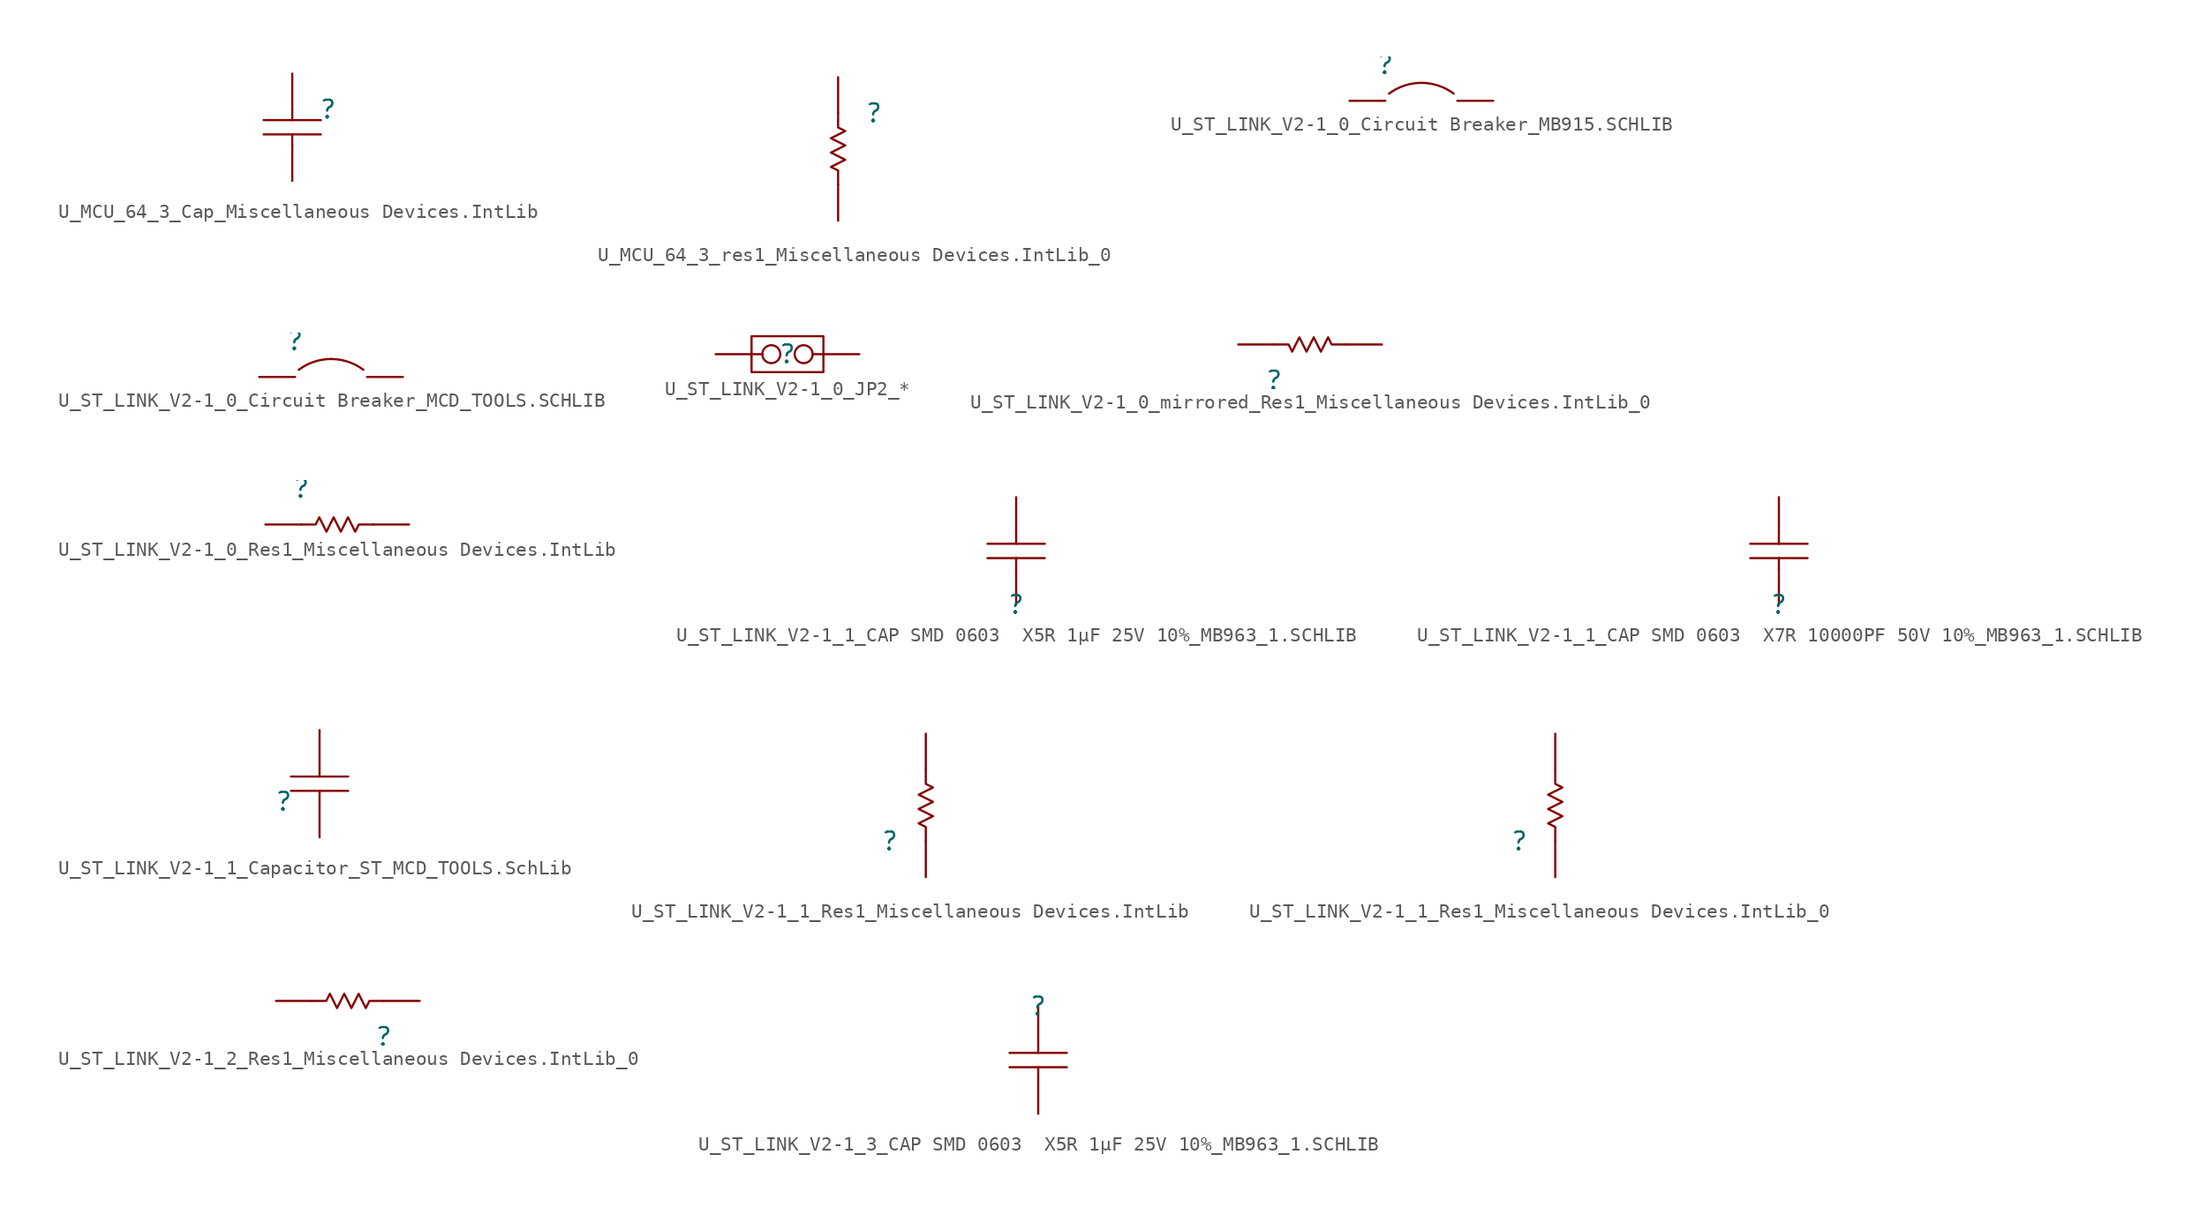
<source format=kicad_sym>
(kicad_symbol_lib
  (version 20241209)
  (generator "kicad_symbol_editor")
  (generator_version "9.0")
  (symbol "U_MCU_64_3_Cap_Miscellaneous Devices.IntLib"
    (pin_numbers
      (hide yes))
    (pin_names
      (hide yes))
    (property "Reference" ""
      (at 0 0 0)
      (effects (font (size 1.27 1.27))))
    (property "Value" ""
      (at 0 0 0)
      (effects (font (size 1.27 1.27))))
    (symbol "U_MCU_64_3_Cap_Miscellaneous Devices.IntLib_1_0"
      (polyline (pts (xy -4.572 -0.762) (xy -0.508 -0.762)) (stroke (width 0) (type solid)) (fill (type none)))
      (polyline (pts (xy -2.54 0) (xy -2.54 -0.762)) (stroke (width 0) (type solid)) (fill (type none)))
      (polyline (pts (xy -2.54 -2.54) (xy -2.54 -1.778)) (stroke (width 0) (type solid)) (fill (type none)))
      (polyline (pts (xy -0.508 -1.778) (xy -4.572 -1.778)) (stroke (width 0) (type solid)) (fill (type none)))
      (pin passive line (at -2.54 2.54 270) (length 2.54) (name "1" (effects (font (size 1.27 1.27)))) (number "1" (effects (font (size 1.27 1.27)))))
      (pin passive line (at -2.54 -5.08 90) (length 2.54) (name "2" (effects (font (size 1.27 1.27)))) (number "2" (effects (font (size 1.27 1.27)))))))
  (symbol "U_MCU_64_3_res1_Miscellaneous Devices.IntLib_0"
    (pin_numbers
      (hide yes))
    (pin_names
      (hide yes))
    (property "Reference" ""
      (at 0 0 0)
      (effects (font (size 1.27 1.27))))
    (property "Value" ""
      (at 0 0 0)
      (effects (font (size 1.27 1.27))))
    (symbol "U_MCU_64_3_res1_Miscellaneous Devices.IntLib_0_1_0"
      (polyline (pts (xy -2.54 -5.08) (xy -2.54 -4.064) (xy -3.048 -3.81) (xy -2.032 -3.302) (xy -3.048 -2.794) (xy -2.032 -2.286) (xy -3.048 -1.778) (xy -2.032 -1.27) (xy -2.54 -1.016) (xy -2.54 0)) (stroke (width 0) (type solid)) (fill (type none)))
      (pin passive line (at -2.54 2.54 270) (length 2.54) (name "1" (effects (font (size 1.27 1.27)))) (number "1" (effects (font (size 1.27 1.27)))))
      (pin passive line (at -2.54 -7.62 90) (length 2.54) (name "2" (effects (font (size 1.27 1.27)))) (number "2" (effects (font (size 1.27 1.27)))))))
  (symbol "U_ST_LINK_V2-1_0_Circuit Breaker_MB915.SCHLIB"
    (pin_numbers
      (hide yes))
    (pin_names
      (hide yes))
    (property "Reference" ""
      (at 0 0 0)
      (effects (font (size 1.27 1.27))))
    (property "Value" ""
      (at 0 0 0)
      (effects (font (size 1.27 1.27))))
    (symbol "U_ST_LINK_V2-1_0_Circuit Breaker_MB915.SCHLIB_1_0"
      (arc (start 0.254 -2.032) (mid 1.3352 -1.4655) (end 2.54 -1.27) (stroke (width 0) (type solid)) (fill (type none)))
      (arc (start 2.54 -1.27) (mid 3.7448 -1.4655) (end 4.826 -2.032) (stroke (width 0) (type solid)) (fill (type none)))
      (pin passive line (at -2.54 -2.54 0) (length 2.54) (name "1" (effects (font (size 1.27 1.27)))) (number "1" (effects (font (size 1.27 1.27)))))
      (pin passive line (at 7.62 -2.54 180) (length 2.54) (name "2" (effects (font (size 1.27 1.27)))) (number "2" (effects (font (size 1.27 1.27)))))))
  (symbol "U_ST_LINK_V2-1_0_Circuit Breaker_MCD_TOOLS.SCHLIB"
    (pin_numbers
      (hide yes))
    (pin_names
      (hide yes))
    (property "Reference" ""
      (at 0 0 0)
      (effects (font (size 1.27 1.27))))
    (property "Value" ""
      (at 0 0 0)
      (effects (font (size 1.27 1.27))))
    (symbol "U_ST_LINK_V2-1_0_Circuit Breaker_MCD_TOOLS.SCHLIB_1_0"
      (arc (start 0.254 -2.032) (mid 1.3352 -1.4655) (end 2.54 -1.27) (stroke (width 0) (type solid)) (fill (type none)))
      (arc (start 2.54 -1.27) (mid 3.7448 -1.4655) (end 4.826 -2.032) (stroke (width 0) (type solid)) (fill (type none)))
      (pin passive line (at -2.54 -2.54 0) (length 2.54) (name "1" (effects (font (size 1.27 1.27)))) (number "1" (effects (font (size 1.27 1.27)))))
      (pin passive line (at 7.62 -2.54 180) (length 2.54) (name "2" (effects (font (size 1.27 1.27)))) (number "2" (effects (font (size 1.27 1.27)))))))
  (symbol "U_ST_LINK_V2-1_0_JP2_*"
    (pin_numbers
      (hide yes))
    (pin_names
      (hide yes))
    (property "Reference" ""
      (at 0 0 0)
      (effects (font (size 1.27 1.27))))
    (property "Value" ""
      (at 0 0 0)
      (effects (font (size 1.27 1.27))))
    (symbol "U_ST_LINK_V2-1_0_JP2_*_1_0"
      (polyline (pts (xy -2.54 1.27) (xy 2.54 1.27) (xy 2.54 -1.27) (xy -2.54 -1.27) (xy -2.54 1.27)) (stroke (width 0) (type solid)) (fill (type none)))
      (pin passive inverted (at -5.08 0 0) (length 4.572) (name "COMMON" (effects (font (size 1.27 1.27)))) (number "1" (effects (font (size 1.27 1.27)))))
      (pin passive inverted (at 5.08 0 180) (length 4.572) (name "NO" (effects (font (size 1.27 1.27)))) (number "2" (effects (font (size 1.27 1.27)))))))
  (symbol "U_ST_LINK_V2-1_0_mirrored_Res1_Miscellaneous Devices.IntLib_0"
    (pin_numbers
      (hide yes))
    (pin_names
      (hide yes))
    (property "Reference" ""
      (at 0 0 0)
      (effects (font (size 1.27 1.27))))
    (property "Value" ""
      (at 0 0 0)
      (effects (font (size 1.27 1.27))))
    (symbol "U_ST_LINK_V2-1_0_mirrored_Res1_Miscellaneous Devices.IntLib_0_1_0"
      (polyline (pts (xy 5.08 2.54) (xy 4.064 2.54) (xy 3.81 3.048) (xy 3.302 2.032) (xy 2.794 3.048) (xy 2.286 2.032) (xy 1.778 3.048) (xy 1.27 2.032) (xy 1.016 2.54) (xy 0 2.54)) (stroke (width 0) (type solid)) (fill (type none)))
      (pin passive line (at -2.54 2.54 0) (length 2.54) (name "1" (effects (font (size 1.27 1.27)))) (number "1" (effects (font (size 1.27 1.27)))))
      (pin passive line (at 7.62 2.54 180) (length 2.54) (name "2" (effects (font (size 1.27 1.27)))) (number "2" (effects (font (size 1.27 1.27)))))))
  (symbol "U_ST_LINK_V2-1_0_Res1_Miscellaneous Devices.IntLib"
    (pin_numbers
      (hide yes))
    (pin_names
      (hide yes))
    (property "Reference" ""
      (at 0 0 0)
      (effects (font (size 1.27 1.27))))
    (property "Value" ""
      (at 0 0 0)
      (effects (font (size 1.27 1.27))))
    (symbol "U_ST_LINK_V2-1_0_Res1_Miscellaneous Devices.IntLib_1_0"
      (polyline (pts (xy 5.08 -2.54) (xy 4.064 -2.54) (xy 3.81 -3.048) (xy 3.302 -2.032) (xy 2.794 -3.048) (xy 2.286 -2.032) (xy 1.778 -3.048) (xy 1.27 -2.032) (xy 1.016 -2.54) (xy 0 -2.54)) (stroke (width 0) (type solid)) (fill (type none)))
      (pin passive line (at -2.54 -2.54 0) (length 2.54) (name "1" (effects (font (size 1.27 1.27)))) (number "1" (effects (font (size 1.27 1.27)))))
      (pin passive line (at 7.62 -2.54 180) (length 2.54) (name "2" (effects (font (size 1.27 1.27)))) (number "2" (effects (font (size 1.27 1.27)))))))
  (symbol "U_ST_LINK_V2-1_1_CAP SMD 0603  X5R 1µF 25V 10%_MB963_1.SCHLIB"
    (pin_numbers
      (hide yes))
    (pin_names
      (hide yes))
    (property "Reference" ""
      (at 0 0 0)
      (effects (font (size 1.27 1.27))))
    (property "Value" ""
      (at 0 0 0)
      (effects (font (size 1.27 1.27))))
    (symbol "U_ST_LINK_V2-1_1_CAP SMD 0603  X5R 1µF 25V 10%_MB963_1.SCHLIB_1_0"
      (polyline (pts (xy -2.032 4.318) (xy 2.032 4.318)) (stroke (width 0) (type solid)) (fill (type none)))
      (polyline (pts (xy 0 5.08) (xy 0 4.318)) (stroke (width 0) (type solid)) (fill (type none)))
      (polyline (pts (xy 0 2.54) (xy 0 3.302)) (stroke (width 0) (type solid)) (fill (type none)))
      (polyline (pts (xy 2.032 3.302) (xy -2.032 3.302)) (stroke (width 0) (type solid)) (fill (type none)))
      (pin passive line (at 0 7.62 270) (length 2.54) (name "2" (effects (font (size 1.27 1.27)))) (number "2" (effects (font (size 1.27 1.27)))))
      (pin passive line (at 0 0 90) (length 2.54) (name "1" (effects (font (size 1.27 1.27)))) (number "1" (effects (font (size 1.27 1.27)))))))
  (symbol "U_ST_LINK_V2-1_1_CAP SMD 0603  X7R 10000PF 50V 10%_MB963_1.SCHLIB"
    (pin_numbers
      (hide yes))
    (pin_names
      (hide yes))
    (property "Reference" ""
      (at 0 0 0)
      (effects (font (size 1.27 1.27))))
    (property "Value" ""
      (at 0 0 0)
      (effects (font (size 1.27 1.27))))
    (symbol "U_ST_LINK_V2-1_1_CAP SMD 0603  X7R 10000PF 50V 10%_MB963_1.SCHLIB_1_0"
      (polyline (pts (xy -2.032 4.318) (xy 2.032 4.318)) (stroke (width 0) (type solid)) (fill (type none)))
      (polyline (pts (xy 0 5.08) (xy 0 4.318)) (stroke (width 0) (type solid)) (fill (type none)))
      (polyline (pts (xy 0 2.54) (xy 0 3.302)) (stroke (width 0) (type solid)) (fill (type none)))
      (polyline (pts (xy 2.032 3.302) (xy -2.032 3.302)) (stroke (width 0) (type solid)) (fill (type none)))
      (pin passive line (at 0 7.62 270) (length 2.54) (name "2" (effects (font (size 1.27 1.27)))) (number "2" (effects (font (size 1.27 1.27)))))
      (pin passive line (at 0 0 90) (length 2.54) (name "1" (effects (font (size 1.27 1.27)))) (number "1" (effects (font (size 1.27 1.27)))))))
  (symbol "U_ST_LINK_V2-1_1_Capacitor_ST_MCD_TOOLS.SchLib"
    (pin_numbers
      (hide yes))
    (pin_names
      (hide yes))
    (property "Reference" ""
      (at 0 0 0)
      (effects (font (size 1.27 1.27))))
    (property "Value" ""
      (at 0 0 0)
      (effects (font (size 1.27 1.27))))
    (symbol "U_ST_LINK_V2-1_1_Capacitor_ST_MCD_TOOLS.SchLib_1_0"
      (polyline (pts (xy 0.508 1.778) (xy 4.572 1.778)) (stroke (width 0) (type solid)) (fill (type none)))
      (polyline (pts (xy 2.54 2.54) (xy 2.54 1.778)) (stroke (width 0) (type solid)) (fill (type none)))
      (polyline (pts (xy 2.54 0) (xy 2.54 0.762)) (stroke (width 0) (type solid)) (fill (type none)))
      (polyline (pts (xy 4.572 0.762) (xy 0.508 0.762)) (stroke (width 0) (type solid)) (fill (type none)))
      (pin passive line (at 2.54 5.08 270) (length 2.54) (name "2" (effects (font (size 1.27 1.27)))) (number "2" (effects (font (size 1.27 1.27)))))
      (pin passive line (at 2.54 -2.54 90) (length 2.54) (name "1" (effects (font (size 1.27 1.27)))) (number "1" (effects (font (size 1.27 1.27)))))))
  (symbol "U_ST_LINK_V2-1_1_Res1_Miscellaneous Devices.IntLib"
    (pin_numbers
      (hide yes))
    (pin_names
      (hide yes))
    (property "Reference" ""
      (at 0 0 0)
      (effects (font (size 1.27 1.27))))
    (property "Value" ""
      (at 0 0 0)
      (effects (font (size 1.27 1.27))))
    (symbol "U_ST_LINK_V2-1_1_Res1_Miscellaneous Devices.IntLib_1_0"
      (polyline (pts (xy 2.54 5.08) (xy 2.54 4.064) (xy 3.048 3.81) (xy 2.032 3.302) (xy 3.048 2.794) (xy 2.032 2.286) (xy 3.048 1.778) (xy 2.032 1.27) (xy 2.54 1.016) (xy 2.54 0)) (stroke (width 0) (type solid)) (fill (type none)))
      (pin passive line (at 2.54 7.62 270) (length 2.54) (name "2" (effects (font (size 1.27 1.27)))) (number "2" (effects (font (size 1.27 1.27)))))
      (pin passive line (at 2.54 -2.54 90) (length 2.54) (name "1" (effects (font (size 1.27 1.27)))) (number "1" (effects (font (size 1.27 1.27)))))))
  (symbol "U_ST_LINK_V2-1_1_Res1_Miscellaneous Devices.IntLib_0"
    (pin_numbers
      (hide yes))
    (pin_names
      (hide yes))
    (property "Reference" ""
      (at 0 0 0)
      (effects (font (size 1.27 1.27))))
    (property "Value" ""
      (at 0 0 0)
      (effects (font (size 1.27 1.27))))
    (symbol "U_ST_LINK_V2-1_1_Res1_Miscellaneous Devices.IntLib_0_1_0"
      (polyline (pts (xy 2.54 5.08) (xy 2.54 4.064) (xy 3.048 3.81) (xy 2.032 3.302) (xy 3.048 2.794) (xy 2.032 2.286) (xy 3.048 1.778) (xy 2.032 1.27) (xy 2.54 1.016) (xy 2.54 0)) (stroke (width 0) (type solid)) (fill (type none)))
      (pin passive line (at 2.54 7.62 270) (length 2.54) (name "2" (effects (font (size 1.27 1.27)))) (number "2" (effects (font (size 1.27 1.27)))))
      (pin passive line (at 2.54 -2.54 90) (length 2.54) (name "1" (effects (font (size 1.27 1.27)))) (number "1" (effects (font (size 1.27 1.27)))))))
  (symbol "U_ST_LINK_V2-1_2_Res1_Miscellaneous Devices.IntLib_0"
    (pin_numbers
      (hide yes))
    (pin_names
      (hide yes))
    (property "Reference" ""
      (at 0 0 0)
      (effects (font (size 1.27 1.27))))
    (property "Value" ""
      (at 0 0 0)
      (effects (font (size 1.27 1.27))))
    (symbol "U_ST_LINK_V2-1_2_Res1_Miscellaneous Devices.IntLib_0_1_0"
      (polyline (pts (xy -5.08 2.54) (xy -4.064 2.54) (xy -3.81 3.048) (xy -3.302 2.032) (xy -2.794 3.048) (xy -2.286 2.032) (xy -1.778 3.048) (xy -1.27 2.032) (xy -1.016 2.54) (xy 0 2.54)) (stroke (width 0) (type solid)) (fill (type none)))
      (pin passive line (at -7.62 2.54 0) (length 2.54) (name "2" (effects (font (size 1.27 1.27)))) (number "2" (effects (font (size 1.27 1.27)))))
      (pin passive line (at 2.54 2.54 180) (length 2.54) (name "1" (effects (font (size 1.27 1.27)))) (number "1" (effects (font (size 1.27 1.27)))))))
  (symbol "U_ST_LINK_V2-1_3_CAP SMD 0603  X5R 1µF 25V 10%_MB963_1.SCHLIB"
    (pin_numbers
      (hide yes))
    (pin_names
      (hide yes))
    (property "Reference" ""
      (at 0 0 0)
      (effects (font (size 1.27 1.27))))
    (property "Value" ""
      (at 0 0 0)
      (effects (font (size 1.27 1.27))))
    (symbol "U_ST_LINK_V2-1_3_CAP SMD 0603  X5R 1µF 25V 10%_MB963_1.SCHLIB_1_0"
      (polyline (pts (xy -2.032 -3.302) (xy 2.032 -3.302)) (stroke (width 0) (type solid)) (fill (type none)))
      (polyline (pts (xy 0 -2.54) (xy 0 -3.302)) (stroke (width 0) (type solid)) (fill (type none)))
      (polyline (pts (xy 0 -5.08) (xy 0 -4.318)) (stroke (width 0) (type solid)) (fill (type none)))
      (polyline (pts (xy 2.032 -4.318) (xy -2.032 -4.318)) (stroke (width 0) (type solid)) (fill (type none)))
      (pin passive line (at 0 0 270) (length 2.54) (name "1" (effects (font (size 1.27 1.27)))) (number "1" (effects (font (size 1.27 1.27)))))
      (pin passive line (at 0 -7.62 90) (length 2.54) (name "2" (effects (font (size 1.27 1.27)))) (number "2" (effects (font (size 1.27 1.27))))))))
</source>
